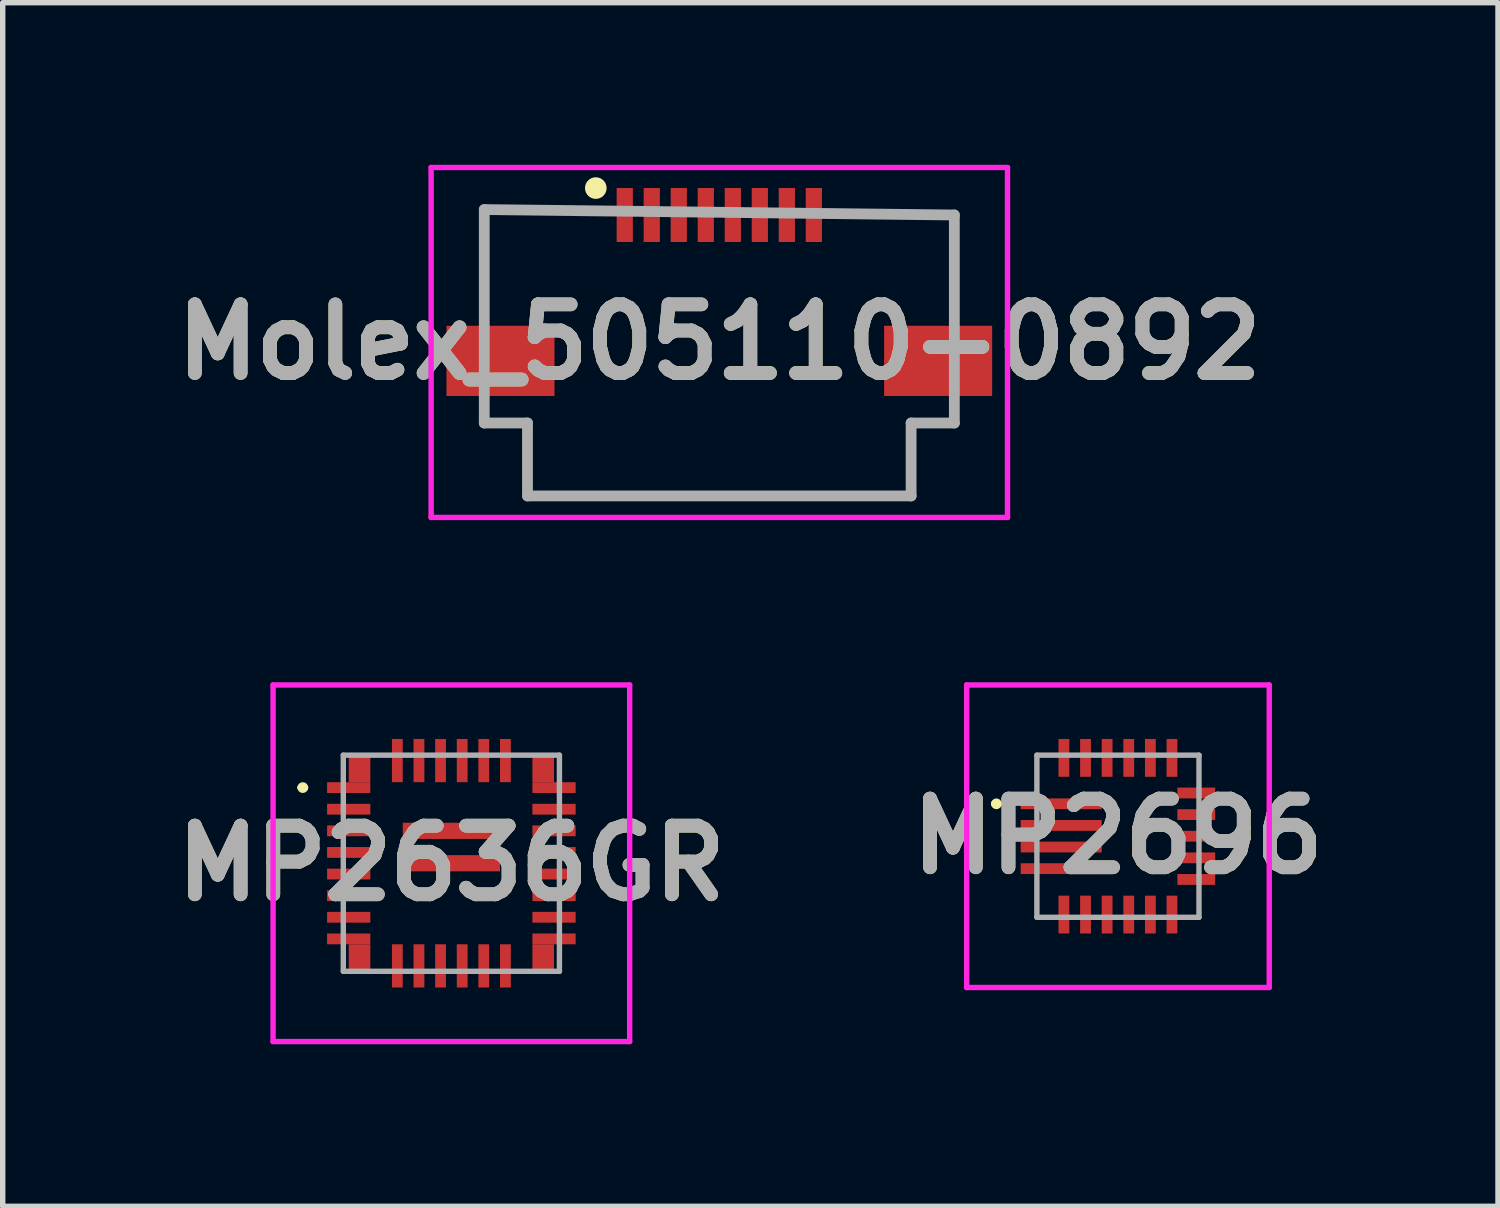
<source format=kicad_pcb>
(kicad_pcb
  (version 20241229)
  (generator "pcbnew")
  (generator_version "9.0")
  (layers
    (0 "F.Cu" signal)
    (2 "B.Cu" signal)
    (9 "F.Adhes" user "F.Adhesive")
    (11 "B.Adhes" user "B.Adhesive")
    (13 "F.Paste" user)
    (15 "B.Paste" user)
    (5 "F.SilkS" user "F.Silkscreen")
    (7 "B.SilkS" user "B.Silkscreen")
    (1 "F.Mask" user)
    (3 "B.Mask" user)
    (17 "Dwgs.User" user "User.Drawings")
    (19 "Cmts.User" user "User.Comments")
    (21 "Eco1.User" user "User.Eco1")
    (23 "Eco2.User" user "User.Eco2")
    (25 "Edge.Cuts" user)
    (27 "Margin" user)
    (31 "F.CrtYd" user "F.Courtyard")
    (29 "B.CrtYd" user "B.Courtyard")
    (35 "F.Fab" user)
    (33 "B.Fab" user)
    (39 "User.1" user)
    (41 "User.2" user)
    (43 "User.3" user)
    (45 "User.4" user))
  (footprint "Molex_505110-0892"
    (layer "F.Cu")
    (at 10.263 3.479)
    (property "Reference" "Molex_505110-0892" (at 0 -0.2 0) (layer "F.SilkS") (effects (font (size 1.27 1.27) (thickness 0.254))))
    (attr smd)
    (fp_line (start -4.35 -2.65) (end -4.35 -1.15) (stroke (width 0.1) (type solid)) (layer "F.SilkS"))
    (fp_line (start -4.35 1.3) (end -3.55 1.3) (stroke (width 0.1) (type solid)) (layer "F.SilkS"))
    (fp_line (start -3.55 1.3) (end -3.55 2.65) (stroke (width 0.1) (type solid)) (layer "F.SilkS"))
    (fp_line (start -3.55 2.65) (end 3.55 2.65) (stroke (width 0.1) (type solid)) (layer "F.SilkS"))
    (fp_line (start -2.5 -2.65) (end -4.35 -2.65) (stroke (width 0.1) (type solid)) (layer "F.SilkS"))
    (fp_line (start 2.5 -2.55) (end 4.35 -2.55) (stroke (width 0.1) (type solid)) (layer "F.SilkS"))
    (fp_line (start 3.55 1.3) (end 4.35 1.3) (stroke (width 0.1) (type solid)) (layer "F.SilkS"))
    (fp_line (start 3.55 2.65) (end 3.55 1.3) (stroke (width 0.1) (type solid)) (layer "F.SilkS"))
    (fp_line (start 4.35 -2.55) (end 4.35 -1.15) (stroke (width 0.1) (type solid)) (layer "F.SilkS"))
    (fp_circle (center -2.286 -3.048) (end -2.136 -3.048) (stroke (width 0.1) (type solid)) (fill yes) (layer "F.SilkS"))
    (fp_line (start -5.334 -3.429) (end 5.334 -3.429) (stroke (width 0.1) (type solid)) (layer "F.CrtYd"))
    (fp_line (start -5.334 3.048) (end -5.334 -3.429) (stroke (width 0.1) (type solid)) (layer "F.CrtYd"))
    (fp_line (start 5.334 -3.429) (end 5.334 3.048) (stroke (width 0.1) (type solid)) (layer "F.CrtYd"))
    (fp_line (start 5.334 3.048) (end -5.334 3.048) (stroke (width 0.1) (type solid)) (layer "F.CrtYd"))
    (fp_line (start -4.35 -2.65) (end -4.35 1.3) (stroke (width 0.2) (type solid)) (layer "F.Fab"))
    (fp_line (start -4.35 1.3) (end -3.55 1.3) (stroke (width 0.2) (type solid)) (layer "F.Fab"))
    (fp_line (start -3.55 1.3) (end -3.55 2.65) (stroke (width 0.2) (type solid)) (layer "F.Fab"))
    (fp_line (start -3.55 2.65) (end 3.55 2.65) (stroke (width 0.2) (type solid)) (layer "F.Fab"))
    (fp_line (start 3.55 1.3) (end 4.35 1.3) (stroke (width 0.2) (type solid)) (layer "F.Fab"))
    (fp_line (start 3.55 2.65) (end 3.55 1.3) (stroke (width 0.2) (type solid)) (layer "F.Fab"))
    (fp_line (start 4.35 -2.55) (end -4.35 -2.65) (stroke (width 0.2) (type solid)) (layer "F.Fab"))
    (fp_line (start 4.35 1.3) (end 4.35 -2.55) (stroke (width 0.2) (type solid)) (layer "F.Fab"))
    (fp_text user "${REFERENCE}" (at 0 -0.2 0) (layer "F.Fab") (effects (font (size 1.27 1.27) (thickness 0.254))))
    (pad "1" smd rect (at -1.75 -2.55) (size 0.3 1) (layers "F.Cu" "F.Mask" "F.Paste"))
    (pad "2" smd rect (at -1.25 -2.55) (size 0.3 1) (layers "F.Cu" "F.Mask" "F.Paste"))
    (pad "3" smd rect (at -0.75 -2.55) (size 0.3 1) (layers "F.Cu" "F.Mask" "F.Paste"))
    (pad "4" smd rect (at -0.25 -2.55) (size 0.3 1) (layers "F.Cu" "F.Mask" "F.Paste"))
    (pad "5" smd rect (at 0.25 -2.55) (size 0.3 1) (layers "F.Cu" "F.Mask" "F.Paste"))
    (pad "6" smd rect (at 0.75 -2.55) (size 0.3 1) (layers "F.Cu" "F.Mask" "F.Paste"))
    (pad "7" smd rect (at 1.25 -2.55) (size 0.3 1) (layers "F.Cu" "F.Mask" "F.Paste"))
    (pad "8" smd rect (at 1.75 -2.55) (size 0.3 1) (layers "F.Cu" "F.Mask" "F.Paste"))
    (pad "MP1" smd rect (at -4.05 0.15 90) (size 1.3 2) (layers "F.Cu" "F.Mask" "F.Paste"))
    (pad "MP2" smd rect (at 4.05 0.15 90) (size 1.3 2) (layers "F.Cu" "F.Mask" "F.Paste")))
  (footprint "MP2696"
    (layer "F.Cu")
    (at 17.641 12.427)
    (property "Reference" "MP2696" (at 0 0 0) (layer "F.SilkS") (effects (font (size 1.27 1.27) (thickness 0.254))))
    (attr smd)
    (fp_line (start -2.3 -0.6) (end -2.3 -0.6) (stroke (width 0.1) (type solid)) (layer "F.SilkS"))
    (fp_line (start -2.2 -0.6) (end -2.2 -0.6) (stroke (width 0.1) (type solid)) (layer "F.SilkS"))
    (fp_arc (start -2.3 -0.6) (mid -2.25 -0.65) (end -2.2 -0.6) (stroke (width 0.1) (type solid)) (layer "F.SilkS"))
    (fp_arc (start -2.2 -0.6) (mid -2.25 -0.55) (end -2.3 -0.6) (stroke (width 0.1) (type solid)) (layer "F.SilkS"))
    (fp_line (start -2.8 -2.8) (end 2.8 -2.8) (stroke (width 0.1) (type solid)) (layer "F.CrtYd"))
    (fp_line (start -2.8 2.8) (end -2.8 -2.8) (stroke (width 0.1) (type solid)) (layer "F.CrtYd"))
    (fp_line (start 2.8 -2.8) (end 2.8 2.8) (stroke (width 0.1) (type solid)) (layer "F.CrtYd"))
    (fp_line (start 2.8 2.8) (end -2.8 2.8) (stroke (width 0.1) (type solid)) (layer "F.CrtYd"))
    (fp_line (start -1.5 -1.5) (end 1.5 -1.5) (stroke (width 0.1) (type solid)) (layer "F.Fab"))
    (fp_line (start -1.5 1.5) (end -1.5 -1.5) (stroke (width 0.1) (type solid)) (layer "F.Fab"))
    (fp_line (start 1.5 -1.5) (end 1.5 1.5) (stroke (width 0.1) (type solid)) (layer "F.Fab"))
    (fp_line (start 1.5 1.5) (end -1.5 1.5) (stroke (width 0.1) (type solid)) (layer "F.Fab"))
    (fp_text user "${REFERENCE}" (at 0 0 0) (layer "F.Fab") (effects (font (size 1.27 1.27) (thickness 0.254))))
    (pad "1" smd rect (at -1.05 -0.6 90) (size 0.2 1.5) (layers "F.Cu" "F.Mask" "F.Paste"))
    (pad "2" smd rect (at -1.05 -0.2 90) (size 0.2 1.5) (layers "F.Cu" "F.Mask" "F.Paste"))
    (pad "3" smd rect (at -1.05 0.2 90) (size 0.2 1.5) (layers "F.Cu" "F.Mask" "F.Paste"))
    (pad "4" smd rect (at -1.05 0.6 90) (size 0.2 1.5) (layers "F.Cu" "F.Mask" "F.Paste"))
    (pad "5" smd rect (at -1 1.45) (size 0.2 0.7) (layers "F.Cu" "F.Mask" "F.Paste"))
    (pad "6" smd rect (at -0.6 1.45) (size 0.2 0.7) (layers "F.Cu" "F.Mask" "F.Paste"))
    (pad "7" smd rect (at -0.2 1.45) (size 0.2 0.7) (layers "F.Cu" "F.Mask" "F.Paste"))
    (pad "8" smd rect (at 0.2 1.45) (size 0.2 0.7) (layers "F.Cu" "F.Mask" "F.Paste"))
    (pad "9" smd rect (at 0.6 1.45) (size 0.2 0.7) (layers "F.Cu" "F.Mask" "F.Paste"))
    (pad "10" smd rect (at 1 1.45) (size 0.2 0.7) (layers "F.Cu" "F.Mask" "F.Paste"))
    (pad "11" smd rect (at 1.45 0.8 90) (size 0.2 0.7) (layers "F.Cu" "F.Mask" "F.Paste"))
    (pad "12" smd rect (at 1.45 0.4 90) (size 0.2 0.7) (layers "F.Cu" "F.Mask" "F.Paste"))
    (pad "13" smd rect (at 1.45 0 90) (size 0.2 0.7) (layers "F.Cu" "F.Mask" "F.Paste"))
    (pad "14" smd rect (at 1.45 -0.4 90) (size 0.2 0.7) (layers "F.Cu" "F.Mask" "F.Paste"))
    (pad "15" smd rect (at 1.45 -0.8 90) (size 0.2 0.7) (layers "F.Cu" "F.Mask" "F.Paste"))
    (pad "16" smd rect (at 1 -1.45) (size 0.2 0.7) (layers "F.Cu" "F.Mask" "F.Paste"))
    (pad "17" smd rect (at 0.6 -1.45) (size 0.2 0.7) (layers "F.Cu" "F.Mask" "F.Paste"))
    (pad "18" smd rect (at 0.2 -1.45) (size 0.2 0.7) (layers "F.Cu" "F.Mask" "F.Paste"))
    (pad "19" smd rect (at -0.2 -1.45) (size 0.2 0.7) (layers "F.Cu" "F.Mask" "F.Paste"))
    (pad "20" smd rect (at -0.6 -1.45) (size 0.2 0.7) (layers "F.Cu" "F.Mask" "F.Paste"))
    (pad "21" smd rect (at -1 -1.45) (size 0.2 0.7) (layers "F.Cu" "F.Mask" "F.Paste")))
  (footprint "MP2636GR"
    (layer "F.Cu")
    (at 5.304 12.927)
    (property "Reference" "MP2636GR" (at 0 0 0) (layer "F.SilkS") (effects (font (size 1.27 1.27) (thickness 0.254))))
    (attr smd)
    (fp_line (start -2.8 -1.4) (end -2.8 -1.4) (stroke (width 0.1) (type solid)) (layer "F.SilkS"))
    (fp_line (start -2.7 -1.4) (end -2.7 -1.4) (stroke (width 0.1) (type solid)) (layer "F.SilkS"))
    (fp_arc (start -2.8 -1.4) (mid -2.75 -1.45) (end -2.7 -1.4) (stroke (width 0.1) (type solid)) (layer "F.SilkS"))
    (fp_arc (start -2.7 -1.4) (mid -2.75 -1.35) (end -2.8 -1.4) (stroke (width 0.1) (type solid)) (layer "F.SilkS"))
    (fp_line (start -3.3 -3.3) (end 3.3 -3.3) (stroke (width 0.1) (type solid)) (layer "F.CrtYd"))
    (fp_line (start -3.3 3.3) (end -3.3 -3.3) (stroke (width 0.1) (type solid)) (layer "F.CrtYd"))
    (fp_line (start 3.3 -3.3) (end 3.3 3.3) (stroke (width 0.1) (type solid)) (layer "F.CrtYd"))
    (fp_line (start 3.3 3.3) (end -3.3 3.3) (stroke (width 0.1) (type solid)) (layer "F.CrtYd"))
    (fp_line (start -2 -2) (end 2 -2) (stroke (width 0.1) (type solid)) (layer "F.Fab"))
    (fp_line (start -2 2) (end -2 -2) (stroke (width 0.1) (type solid)) (layer "F.Fab"))
    (fp_line (start 2 -2) (end 2 2) (stroke (width 0.1) (type solid)) (layer "F.Fab"))
    (fp_line (start 2 2) (end -2 2) (stroke (width 0.1) (type solid)) (layer "F.Fab"))
    (fp_text user "${REFERENCE}" (at 0 0 0) (layer "F.Fab") (effects (font (size 1.27 1.27) (thickness 0.254))))
    (pad "1" smd rect (at -1.9 -1.4 90) (size 0.2 0.8) (layers "F.Cu" "F.Mask" "F.Paste"))
    (pad "2" smd rect (at -1.9 -1 90) (size 0.2 0.8) (layers "F.Cu" "F.Mask" "F.Paste"))
    (pad "3" smd rect (at -1.9 -0.6 90) (size 0.2 0.8) (layers "F.Cu" "F.Mask" "F.Paste"))
    (pad "4" smd rect (at -1.9 -0.2 90) (size 0.2 0.8) (layers "F.Cu" "F.Mask" "F.Paste"))
    (pad "5" smd rect (at -1.9 0.2 90) (size 0.2 0.8) (layers "F.Cu" "F.Mask" "F.Paste"))
    (pad "6" smd rect (at -1.9 0.6 90) (size 0.2 0.8) (layers "F.Cu" "F.Mask" "F.Paste"))
    (pad "7" smd rect (at -1.9 1 90) (size 0.2 0.8) (layers "F.Cu" "F.Mask" "F.Paste"))
    (pad "8" smd rect (at -1.9 1.4 90) (size 0.2 0.8) (layers "F.Cu" "F.Mask" "F.Paste"))
    (pad "9" smd rect (at -1 1.9) (size 0.2 0.8) (layers "F.Cu" "F.Mask" "F.Paste"))
    (pad "10" smd rect (at -0.6 1.9) (size 0.2 0.8) (layers "F.Cu" "F.Mask" "F.Paste"))
    (pad "11" smd rect (at -0.2 1.9) (size 0.2 0.8) (layers "F.Cu" "F.Mask" "F.Paste"))
    (pad "12" smd rect (at 0.2 1.9) (size 0.2 0.8) (layers "F.Cu" "F.Mask" "F.Paste"))
    (pad "13" smd rect (at 0.6 1.9) (size 0.2 0.8) (layers "F.Cu" "F.Mask" "F.Paste"))
    (pad "14" smd rect (at 1 1.9) (size 0.2 0.8) (layers "F.Cu" "F.Mask" "F.Paste"))
    (pad "15" smd rect (at 1.9 1.4 90) (size 0.2 0.8) (layers "F.Cu" "F.Mask" "F.Paste"))
    (pad "16" smd rect (at 1.9 1 90) (size 0.2 0.8) (layers "F.Cu" "F.Mask" "F.Paste"))
    (pad "17" smd rect (at 1.9 0.6 90) (size 0.2 0.8) (layers "F.Cu" "F.Mask" "F.Paste"))
    (pad "18" smd rect (at 1.9 0.2 90) (size 0.2 0.8) (layers "F.Cu" "F.Mask" "F.Paste"))
    (pad "19" smd rect (at 1.9 -0.2 90) (size 0.2 0.8) (layers "F.Cu" "F.Mask" "F.Paste"))
    (pad "20" smd rect (at 1.9 -0.6 90) (size 0.2 0.8) (layers "F.Cu" "F.Mask" "F.Paste"))
    (pad "21" smd rect (at 1.9 -1 90) (size 0.2 0.8) (layers "F.Cu" "F.Mask" "F.Paste"))
    (pad "22" smd rect (at 1.9 -1.4 90) (size 0.2 0.8) (layers "F.Cu" "F.Mask" "F.Paste"))
    (pad "23" smd rect (at 1 -1.9) (size 0.2 0.8) (layers "F.Cu" "F.Mask" "F.Paste"))
    (pad "24" smd rect (at 0.6 -1.9) (size 0.2 0.8) (layers "F.Cu" "F.Mask" "F.Paste"))
    (pad "25" smd rect (at 0.2 -1.9) (size 0.2 0.8) (layers "F.Cu" "F.Mask" "F.Paste"))
    (pad "26" smd rect (at -0.2 -1.9) (size 0.2 0.8) (layers "F.Cu" "F.Mask" "F.Paste"))
    (pad "27" smd rect (at -0.6 -1.9) (size 0.2 0.8) (layers "F.Cu" "F.Mask" "F.Paste"))
    (pad "28" smd rect (at -1 -1.9) (size 0.2 0.8) (layers "F.Cu" "F.Mask" "F.Paste"))
    (pad "29" smd rect (at 0 -0.6 90) (size 0.3 1.8) (layers "F.Cu" "F.Mask" "F.Paste"))
    (pad "30" smd rect (at 0 0 90) (size 0.3 1.8) (layers "F.Cu" "F.Mask" "F.Paste"))
    (pad "31" smd rect (at -1.7 -1.75) (size 0.4 0.5) (layers "F.Cu" "F.Mask" "F.Paste"))
    (pad "32" smd rect (at -1.7 1.75) (size 0.4 0.5) (layers "F.Cu" "F.Mask" "F.Paste"))
    (pad "33" smd rect (at 1.7 1.75) (size 0.4 0.5) (layers "F.Cu" "F.Mask" "F.Paste"))
    (pad "34" smd rect (at 1.7 -1.75) (size 0.4 0.5) (layers "F.Cu" "F.Mask" "F.Paste")))
  (gr_rect
    (start -3 -3)
    (end 24.675 19.277)
    (stroke (width 0.1) (type default))
    (fill no)
    (layer "Edge.Cuts")))
</source>
